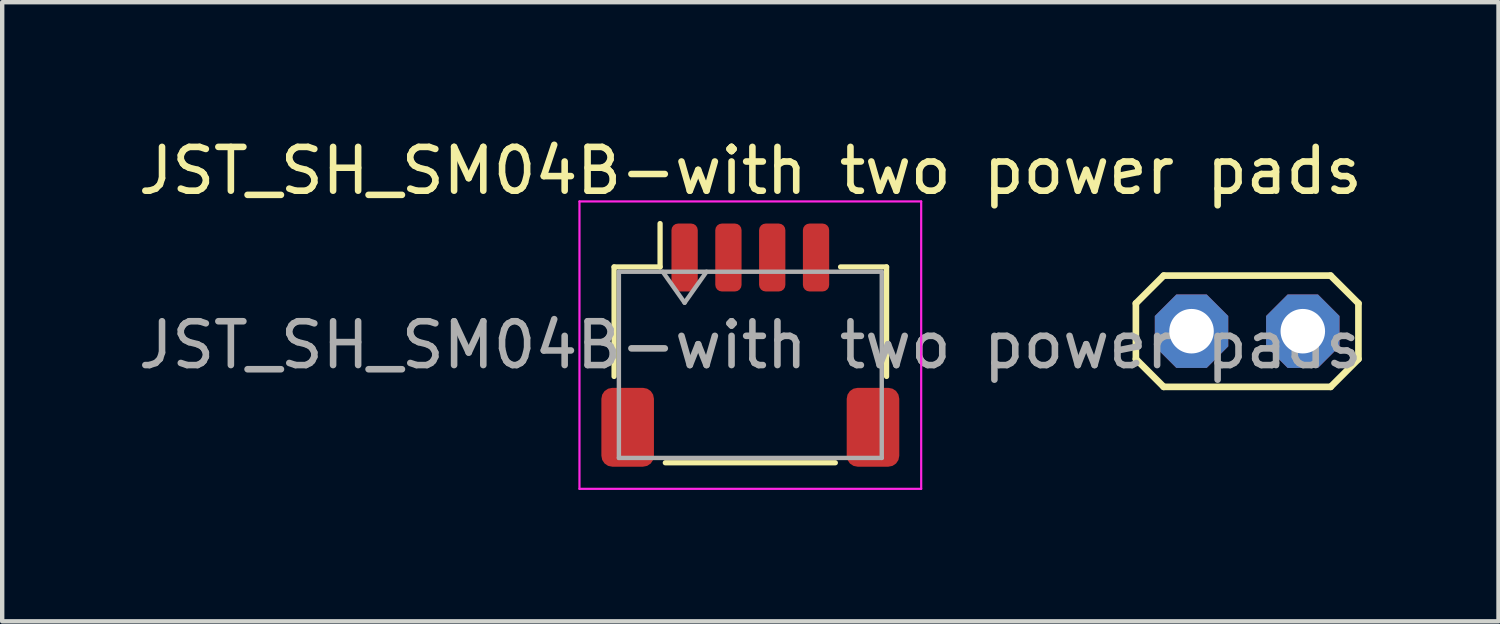
<source format=kicad_pcb>
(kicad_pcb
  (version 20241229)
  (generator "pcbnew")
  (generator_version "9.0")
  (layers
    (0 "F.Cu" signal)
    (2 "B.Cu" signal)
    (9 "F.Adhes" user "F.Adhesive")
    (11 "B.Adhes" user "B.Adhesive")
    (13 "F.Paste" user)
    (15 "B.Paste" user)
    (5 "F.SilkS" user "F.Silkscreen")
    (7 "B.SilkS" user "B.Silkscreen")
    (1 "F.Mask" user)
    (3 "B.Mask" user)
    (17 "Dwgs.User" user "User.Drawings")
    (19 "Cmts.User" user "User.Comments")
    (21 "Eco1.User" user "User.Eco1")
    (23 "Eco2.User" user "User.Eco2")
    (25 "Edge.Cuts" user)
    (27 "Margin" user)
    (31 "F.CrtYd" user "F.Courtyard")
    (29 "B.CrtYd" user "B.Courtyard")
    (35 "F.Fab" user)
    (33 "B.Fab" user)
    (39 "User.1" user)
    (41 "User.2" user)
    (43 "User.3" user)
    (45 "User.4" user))
  (footprint "JST_SH_SM04B-with two power pads"
    (layer "F.Cu")
    (at 14.077 4.828)
    (property "Reference" "JST_SH_SM04B-with two power pads" (at 0 -3.98 0) (layer "F.SilkS") (effects (font (size 1 1) (thickness 0.15))))
    (attr smd)
    (fp_line (start -3.11 -1.785) (end -2.06 -1.785) (stroke (width 0.12) (type solid)) (layer "F.SilkS"))
    (fp_line (start -3.11 0.715) (end -3.11 -1.785) (stroke (width 0.12) (type solid)) (layer "F.SilkS"))
    (fp_line (start -2.06 -1.785) (end -2.06 -2.775) (stroke (width 0.12) (type solid)) (layer "F.SilkS"))
    (fp_line (start -1.94 2.685) (end 1.94 2.685) (stroke (width 0.12) (type solid)) (layer "F.SilkS"))
    (fp_line (start 3.11 -1.785) (end 2.06 -1.785) (stroke (width 0.12) (type solid)) (layer "F.SilkS"))
    (fp_line (start 3.11 0.715) (end 3.11 -1.785) (stroke (width 0.12) (type solid)) (layer "F.SilkS"))
    (fp_line (start 8.801 -0.953) (end 8.801 0.318) (stroke (width 0.152) (type solid)) (layer "F.SilkS"))
    (fp_line (start 8.801 0.318) (end 9.436 0.953) (stroke (width 0.152) (type solid)) (layer "F.SilkS"))
    (fp_line (start 9.436 -1.587) (end 8.801 -0.953) (stroke (width 0.152) (type solid)) (layer "F.SilkS"))
    (fp_line (start 9.436 -1.587) (end 13.246 -1.587) (stroke (width 0.152) (type solid)) (layer "F.SilkS"))
    (fp_line (start 13.246 -1.587) (end 13.881 -0.953) (stroke (width 0.152) (type solid)) (layer "F.SilkS"))
    (fp_line (start 13.246 0.953) (end 9.436 0.953) (stroke (width 0.152) (type solid)) (layer "F.SilkS"))
    (fp_line (start 13.881 -0.953) (end 13.881 0.318) (stroke (width 0.152) (type solid)) (layer "F.SilkS"))
    (fp_line (start 13.881 0.318) (end 13.246 0.953) (stroke (width 0.152) (type solid)) (layer "F.SilkS"))
    (fp_line (start -3.9 -3.28) (end -3.9 3.28) (stroke (width 0.05) (type solid)) (layer "F.CrtYd"))
    (fp_line (start -3.9 3.28) (end 3.9 3.28) (stroke (width 0.05) (type solid)) (layer "F.CrtYd"))
    (fp_line (start 3.9 -3.28) (end -3.9 -3.28) (stroke (width 0.05) (type solid)) (layer "F.CrtYd"))
    (fp_line (start 3.9 3.28) (end 3.9 -3.28) (stroke (width 0.05) (type solid)) (layer "F.CrtYd"))
    (fp_line (start -3 -1.675) (end -3 2.575) (stroke (width 0.1) (type solid)) (layer "F.Fab"))
    (fp_line (start -3 -1.675) (end 3 -1.675) (stroke (width 0.1) (type solid)) (layer "F.Fab"))
    (fp_line (start -3 2.575) (end 3 2.575) (stroke (width 0.1) (type solid)) (layer "F.Fab"))
    (fp_line (start -2 -1.675) (end -1.5 -0.968) (stroke (width 0.1) (type solid)) (layer "F.Fab"))
    (fp_line (start -1.5 -0.968) (end -1 -1.675) (stroke (width 0.1) (type solid)) (layer "F.Fab"))
    (fp_line (start 3 -1.675) (end 3 2.575) (stroke (width 0.1) (type solid)) (layer "F.Fab"))
    (fp_poly (pts (xy 9.817 -0.572) (xy 9.817 -0.064) (xy 10.325 -0.064) (xy 10.325 -0.572)) (stroke (width 0.1) (type default)) (fill no) (layer "F.Fab"))
    (fp_poly (pts (xy 12.357 -0.572) (xy 12.357 -0.064) (xy 12.865 -0.064) (xy 12.865 -0.572)) (stroke (width 0.1) (type default)) (fill no) (layer "F.Fab"))
    (fp_text user "${REFERENCE}" (at 0 0 0) (layer "F.Fab") (effects (font (size 1 1) (thickness 0.15))))
    (pad "1" smd roundrect (at -1.5 -2) (size 0.6 1.55) (layers "F.Cu" "F.Mask" "F.Paste") (roundrect_rratio 0.25))
    (pad "2" smd roundrect (at -0.5 -2) (size 0.6 1.55) (layers "F.Cu" "F.Mask" "F.Paste") (roundrect_rratio 0.25))
    (pad "3" smd roundrect (at 0.5 -2) (size 0.6 1.55) (layers "F.Cu" "F.Mask" "F.Paste") (roundrect_rratio 0.25))
    (pad "4" smd roundrect (at 1.5 -2) (size 0.6 1.55) (layers "F.Cu" "F.Mask" "F.Paste") (roundrect_rratio 0.25))
    (pad "5" thru_hole roundrect (at 10.071 -0.318 270) (size 1.676 1.676) (drill 1.016) (layers "*.Cu" "*.Mask") (roundrect_rratio 0.25) (chamfer_ratio 0.293) (chamfer top_left top_right bottom_left bottom_right))
    (pad "6" thru_hole roundrect (at 12.611 -0.318 270) (size 1.676 1.676) (drill 1.016) (layers "*.Cu" "*.Mask") (roundrect_rratio 0.25) (chamfer_ratio 0.293) (chamfer top_left top_right bottom_left bottom_right))
    (pad "MP" smd roundrect (at -2.8 1.875) (size 1.2 1.8) (layers "F.Cu" "F.Mask" "F.Paste") (roundrect_rratio 0.208))
    (pad "MP" smd roundrect (at 2.8 1.875) (size 1.2 1.8) (layers "F.Cu" "F.Mask" "F.Paste") (roundrect_rratio 0.208)))
  (gr_rect
    (start -3 -3)
    (end 31.155 11.133)
    (stroke (width 0.1) (type default))
    (fill no)
    (layer "Edge.Cuts")))
</source>
